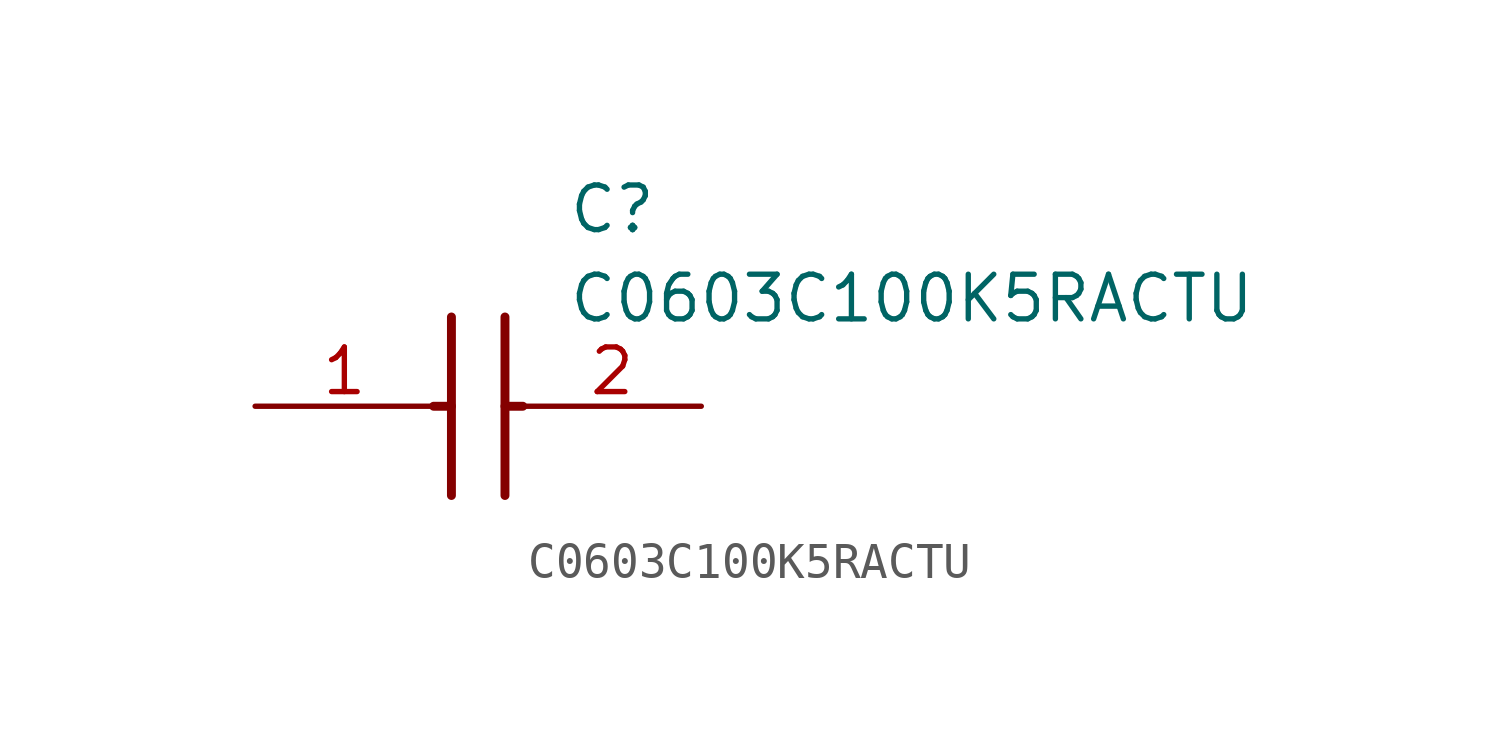
<source format=kicad_sym>
(kicad_symbol_lib
  (version 20211014)
  (generator SamacSys_ECAD_Model)
  (symbol "C0603C100K5RACTU"
    (pin_names hide)
    (property "Reference" "C"
      (at 8.89 6.35 0)
      (effects (font (size 1.27 1.27)) (justify left top)))
    (property "Value" "C0603C100K5RACTU"
      (at 8.89 3.81 0)
      (effects (font (size 1.27 1.27)) (justify left top)))
    (polyline
      (pts (xy 5.588 2.54) (xy 5.588 -2.54))
      (stroke (width 0.254) (type default))
      (fill (type none)))
    (polyline
      (pts (xy 7.112 2.54) (xy 7.112 -2.54))
      (stroke (width 0.254) (type default))
      (fill (type none)))
    (polyline
      (pts (xy 5.08 0) (xy 5.588 0))
      (stroke (width 0.254) (type default))
      (fill (type none)))
    (polyline
      (pts (xy 7.112 0) (xy 7.62 0))
      (stroke (width 0.254) (type default))
      (fill (type none)))
    (pin passive line
      (at 0 0 0)
      (length 5.08)
      (name "1" (effects (font (size 1.27 1.27))))
      (number "1" (effects (font (size 1.27 1.27)))))
    (pin passive line
      (at 12.7 0 180)
      (length 5.08)
      (name "2" (effects (font (size 1.27 1.27))))
      (number "2" (effects (font (size 1.27 1.27)))))))
</source>
